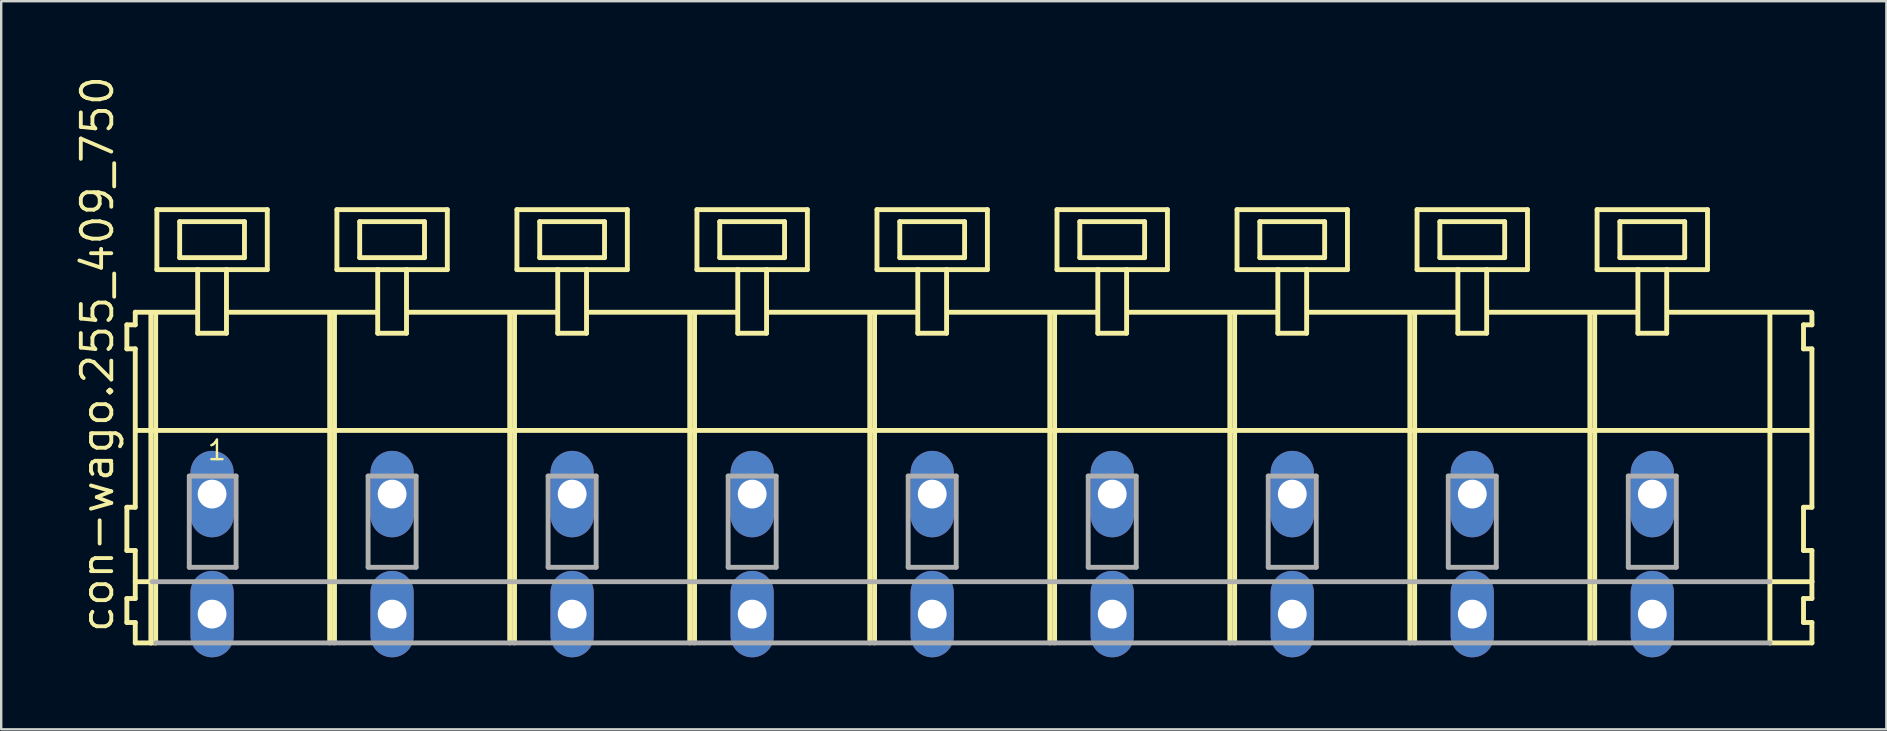
<source format=kicad_pcb>
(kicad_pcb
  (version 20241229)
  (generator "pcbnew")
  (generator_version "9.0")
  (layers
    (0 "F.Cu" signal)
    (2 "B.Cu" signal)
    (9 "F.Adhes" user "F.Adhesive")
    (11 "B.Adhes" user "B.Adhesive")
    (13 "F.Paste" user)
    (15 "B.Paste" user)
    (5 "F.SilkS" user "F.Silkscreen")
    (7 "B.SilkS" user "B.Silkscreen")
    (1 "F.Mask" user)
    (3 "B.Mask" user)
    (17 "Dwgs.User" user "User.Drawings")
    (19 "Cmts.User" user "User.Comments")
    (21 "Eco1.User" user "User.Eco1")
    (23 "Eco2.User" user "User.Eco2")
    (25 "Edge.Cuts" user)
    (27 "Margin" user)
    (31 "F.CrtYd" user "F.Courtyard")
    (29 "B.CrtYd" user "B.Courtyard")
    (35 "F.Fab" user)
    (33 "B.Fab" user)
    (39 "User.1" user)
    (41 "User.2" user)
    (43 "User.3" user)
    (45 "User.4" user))
  (footprint "con-wago.255_409_750"
    (layer "F.Cu")
    (at 33.285 17.533)
    (property "Reference" "con-wago.255_409_750" (at -31.535 5.855 90) (layer "F.SilkS") (effects (font (size 1.27 1.27) (thickness 0.16)) (justify left bottom)))
    (attr through_hole)
    (fp_line (start -31.05 -7.05) (end -31.05 -6.05) (stroke (width 0.203) (type default)) (layer "F.SilkS"))
    (fp_line (start -31.05 -6.05) (end -30.7 -6.05) (stroke (width 0.203) (type default)) (layer "F.SilkS"))
    (fp_line (start -31.05 0.55) (end -31.05 2.35) (stroke (width 0.203) (type default)) (layer "F.SilkS"))
    (fp_line (start -31.05 2.35) (end -30.7 2.35) (stroke (width 0.203) (type default)) (layer "F.SilkS"))
    (fp_line (start -31.05 4.35) (end -31.05 5.35) (stroke (width 0.203) (type default)) (layer "F.SilkS"))
    (fp_line (start -31.05 5.35) (end -30.7 5.35) (stroke (width 0.203) (type default)) (layer "F.SilkS"))
    (fp_line (start -30.7 -7.575) (end -30.7 -7.05) (stroke (width 0.203) (type default)) (layer "F.SilkS"))
    (fp_line (start -30.7 -7.575) (end -28.125 -7.575) (stroke (width 0.203) (type default)) (layer "F.SilkS"))
    (fp_line (start -30.7 -7.05) (end -31.05 -7.05) (stroke (width 0.203) (type default)) (layer "F.SilkS"))
    (fp_line (start -30.7 -6.05) (end -30.7 0.55) (stroke (width 0.203) (type default)) (layer "F.SilkS"))
    (fp_line (start -30.7 0.55) (end -31.05 0.55) (stroke (width 0.203) (type default)) (layer "F.SilkS"))
    (fp_line (start -30.7 2.35) (end -30.7 4.35) (stroke (width 0.203) (type default)) (layer "F.SilkS"))
    (fp_line (start -30.7 3.65) (end -30 3.65) (stroke (width 0.203) (type default)) (layer "F.SilkS"))
    (fp_line (start -30.7 4.35) (end -31.05 4.35) (stroke (width 0.203) (type default)) (layer "F.SilkS"))
    (fp_line (start -30.7 5.35) (end -30.7 6.2) (stroke (width 0.203) (type default)) (layer "F.SilkS"))
    (fp_line (start -30.7 6.2) (end -30.05 6.2) (stroke (width 0.203) (type default)) (layer "F.SilkS"))
    (fp_line (start -30.65 -2.65) (end 39.1 -2.65) (stroke (width 0.203) (type default)) (layer "F.SilkS"))
    (fp_line (start -30.05 -7.55) (end -30.05 6.2) (stroke (width 0.203) (type default)) (layer "F.SilkS"))
    (fp_line (start -30.05 6.2) (end -29.85 6.2) (stroke (width 0.203) (type default)) (layer "F.SilkS"))
    (fp_line (start -29.85 -7.55) (end -29.85 6.2) (stroke (width 0.203) (type default)) (layer "F.SilkS"))
    (fp_line (start -29.8 -11.85) (end -29.8 -9.35) (stroke (width 0.203) (type default)) (layer "F.SilkS"))
    (fp_line (start -29.8 -9.35) (end -28.1 -9.35) (stroke (width 0.203) (type default)) (layer "F.SilkS"))
    (fp_line (start -28.85 -11.35) (end -28.85 -9.85) (stroke (width 0.203) (type default)) (layer "F.SilkS"))
    (fp_line (start -28.85 -9.85) (end -26.15 -9.85) (stroke (width 0.203) (type default)) (layer "F.SilkS"))
    (fp_line (start -28.1 -9.35) (end -28.1 -6.7) (stroke (width 0.203) (type default)) (layer "F.SilkS"))
    (fp_line (start -28.1 -9.35) (end -26.9 -9.35) (stroke (width 0.203) (type default)) (layer "F.SilkS"))
    (fp_line (start -28.1 -6.7) (end -26.9 -6.7) (stroke (width 0.203) (type default)) (layer "F.SilkS"))
    (fp_line (start -26.9 -9.35) (end -25.2 -9.35) (stroke (width 0.203) (type default)) (layer "F.SilkS"))
    (fp_line (start -26.9 -6.7) (end -26.9 -9.35) (stroke (width 0.203) (type default)) (layer "F.SilkS"))
    (fp_line (start -26.825 -7.575) (end -20.625 -7.575) (stroke (width 0.203) (type default)) (layer "F.SilkS"))
    (fp_line (start -26.15 -11.35) (end -28.85 -11.35) (stroke (width 0.203) (type default)) (layer "F.SilkS"))
    (fp_line (start -26.15 -9.85) (end -26.15 -11.35) (stroke (width 0.203) (type default)) (layer "F.SilkS"))
    (fp_line (start -25.2 -11.85) (end -29.8 -11.85) (stroke (width 0.203) (type default)) (layer "F.SilkS"))
    (fp_line (start -25.2 -9.35) (end -25.2 -11.85) (stroke (width 0.203) (type default)) (layer "F.SilkS"))
    (fp_line (start -22.6 -7.55) (end -22.6 6.2) (stroke (width 0.203) (type default)) (layer "F.SilkS"))
    (fp_line (start -22.4 -7.55) (end -22.4 6.2) (stroke (width 0.203) (type default)) (layer "F.SilkS"))
    (fp_line (start -22.3 -11.85) (end -22.3 -9.35) (stroke (width 0.203) (type default)) (layer "F.SilkS"))
    (fp_line (start -22.3 -9.35) (end -20.6 -9.35) (stroke (width 0.203) (type default)) (layer "F.SilkS"))
    (fp_line (start -21.35 -11.35) (end -21.35 -9.85) (stroke (width 0.203) (type default)) (layer "F.SilkS"))
    (fp_line (start -21.35 -9.85) (end -18.65 -9.85) (stroke (width 0.203) (type default)) (layer "F.SilkS"))
    (fp_line (start -20.6 -9.35) (end -20.6 -6.7) (stroke (width 0.203) (type default)) (layer "F.SilkS"))
    (fp_line (start -20.6 -9.35) (end -19.4 -9.35) (stroke (width 0.203) (type default)) (layer "F.SilkS"))
    (fp_line (start -20.6 -6.7) (end -19.4 -6.7) (stroke (width 0.203) (type default)) (layer "F.SilkS"))
    (fp_line (start -19.4 -9.35) (end -17.7 -9.35) (stroke (width 0.203) (type default)) (layer "F.SilkS"))
    (fp_line (start -19.4 -6.7) (end -19.4 -9.35) (stroke (width 0.203) (type default)) (layer "F.SilkS"))
    (fp_line (start -19.325 -7.575) (end -13.125 -7.575) (stroke (width 0.203) (type default)) (layer "F.SilkS"))
    (fp_line (start -18.65 -11.35) (end -21.35 -11.35) (stroke (width 0.203) (type default)) (layer "F.SilkS"))
    (fp_line (start -18.65 -9.85) (end -18.65 -11.35) (stroke (width 0.203) (type default)) (layer "F.SilkS"))
    (fp_line (start -17.7 -11.85) (end -22.3 -11.85) (stroke (width 0.203) (type default)) (layer "F.SilkS"))
    (fp_line (start -17.7 -9.35) (end -17.7 -11.85) (stroke (width 0.203) (type default)) (layer "F.SilkS"))
    (fp_line (start -15.1 -7.55) (end -15.1 6.2) (stroke (width 0.203) (type default)) (layer "F.SilkS"))
    (fp_line (start -14.9 -7.55) (end -14.9 6.2) (stroke (width 0.203) (type default)) (layer "F.SilkS"))
    (fp_line (start -14.8 -11.85) (end -14.8 -9.35) (stroke (width 0.203) (type default)) (layer "F.SilkS"))
    (fp_line (start -14.8 -9.35) (end -13.1 -9.35) (stroke (width 0.203) (type default)) (layer "F.SilkS"))
    (fp_line (start -13.85 -11.35) (end -13.85 -9.85) (stroke (width 0.203) (type default)) (layer "F.SilkS"))
    (fp_line (start -13.85 -9.85) (end -11.15 -9.85) (stroke (width 0.203) (type default)) (layer "F.SilkS"))
    (fp_line (start -13.1 -9.35) (end -13.1 -6.7) (stroke (width 0.203) (type default)) (layer "F.SilkS"))
    (fp_line (start -13.1 -9.35) (end -11.9 -9.35) (stroke (width 0.203) (type default)) (layer "F.SilkS"))
    (fp_line (start -13.1 -6.7) (end -11.9 -6.7) (stroke (width 0.203) (type default)) (layer "F.SilkS"))
    (fp_line (start -11.9 -9.35) (end -10.2 -9.35) (stroke (width 0.203) (type default)) (layer "F.SilkS"))
    (fp_line (start -11.9 -6.7) (end -11.9 -9.35) (stroke (width 0.203) (type default)) (layer "F.SilkS"))
    (fp_line (start -11.825 -7.575) (end -5.625 -7.575) (stroke (width 0.203) (type default)) (layer "F.SilkS"))
    (fp_line (start -11.15 -11.35) (end -13.85 -11.35) (stroke (width 0.203) (type default)) (layer "F.SilkS"))
    (fp_line (start -11.15 -9.85) (end -11.15 -11.35) (stroke (width 0.203) (type default)) (layer "F.SilkS"))
    (fp_line (start -10.2 -11.85) (end -14.8 -11.85) (stroke (width 0.203) (type default)) (layer "F.SilkS"))
    (fp_line (start -10.2 -9.35) (end -10.2 -11.85) (stroke (width 0.203) (type default)) (layer "F.SilkS"))
    (fp_line (start -7.6 -7.55) (end -7.6 6.2) (stroke (width 0.203) (type default)) (layer "F.SilkS"))
    (fp_line (start -7.4 -7.55) (end -7.4 6.2) (stroke (width 0.203) (type default)) (layer "F.SilkS"))
    (fp_line (start -7.3 -11.85) (end -7.3 -9.35) (stroke (width 0.203) (type default)) (layer "F.SilkS"))
    (fp_line (start -7.3 -9.35) (end -5.6 -9.35) (stroke (width 0.203) (type default)) (layer "F.SilkS"))
    (fp_line (start -6.35 -11.35) (end -6.35 -9.85) (stroke (width 0.203) (type default)) (layer "F.SilkS"))
    (fp_line (start -6.35 -9.85) (end -3.65 -9.85) (stroke (width 0.203) (type default)) (layer "F.SilkS"))
    (fp_line (start -5.6 -9.35) (end -5.6 -6.7) (stroke (width 0.203) (type default)) (layer "F.SilkS"))
    (fp_line (start -5.6 -9.35) (end -4.4 -9.35) (stroke (width 0.203) (type default)) (layer "F.SilkS"))
    (fp_line (start -5.6 -6.7) (end -4.4 -6.7) (stroke (width 0.203) (type default)) (layer "F.SilkS"))
    (fp_line (start -4.4 -9.35) (end -2.7 -9.35) (stroke (width 0.203) (type default)) (layer "F.SilkS"))
    (fp_line (start -4.4 -6.7) (end -4.4 -9.35) (stroke (width 0.203) (type default)) (layer "F.SilkS"))
    (fp_line (start -4.325 -7.575) (end 1.875 -7.575) (stroke (width 0.203) (type default)) (layer "F.SilkS"))
    (fp_line (start -3.65 -11.35) (end -6.35 -11.35) (stroke (width 0.203) (type default)) (layer "F.SilkS"))
    (fp_line (start -3.65 -9.85) (end -3.65 -11.35) (stroke (width 0.203) (type default)) (layer "F.SilkS"))
    (fp_line (start -2.7 -11.85) (end -7.3 -11.85) (stroke (width 0.203) (type default)) (layer "F.SilkS"))
    (fp_line (start -2.7 -9.35) (end -2.7 -11.85) (stroke (width 0.203) (type default)) (layer "F.SilkS"))
    (fp_line (start -0.1 -7.55) (end -0.1 6.2) (stroke (width 0.203) (type default)) (layer "F.SilkS"))
    (fp_line (start 0.1 -7.55) (end 0.1 6.2) (stroke (width 0.203) (type default)) (layer "F.SilkS"))
    (fp_line (start 0.2 -11.85) (end 0.2 -9.35) (stroke (width 0.203) (type default)) (layer "F.SilkS"))
    (fp_line (start 0.2 -9.35) (end 1.9 -9.35) (stroke (width 0.203) (type default)) (layer "F.SilkS"))
    (fp_line (start 1.15 -11.35) (end 1.15 -9.85) (stroke (width 0.203) (type default)) (layer "F.SilkS"))
    (fp_line (start 1.15 -9.85) (end 3.85 -9.85) (stroke (width 0.203) (type default)) (layer "F.SilkS"))
    (fp_line (start 1.9 -9.35) (end 1.9 -6.7) (stroke (width 0.203) (type default)) (layer "F.SilkS"))
    (fp_line (start 1.9 -9.35) (end 3.1 -9.35) (stroke (width 0.203) (type default)) (layer "F.SilkS"))
    (fp_line (start 1.9 -6.7) (end 3.1 -6.7) (stroke (width 0.203) (type default)) (layer "F.SilkS"))
    (fp_line (start 3.1 -9.35) (end 4.8 -9.35) (stroke (width 0.203) (type default)) (layer "F.SilkS"))
    (fp_line (start 3.1 -6.7) (end 3.1 -9.35) (stroke (width 0.203) (type default)) (layer "F.SilkS"))
    (fp_line (start 3.175 -7.575) (end 9.375 -7.575) (stroke (width 0.203) (type default)) (layer "F.SilkS"))
    (fp_line (start 3.85 -11.35) (end 1.15 -11.35) (stroke (width 0.203) (type default)) (layer "F.SilkS"))
    (fp_line (start 3.85 -9.85) (end 3.85 -11.35) (stroke (width 0.203) (type default)) (layer "F.SilkS"))
    (fp_line (start 4.8 -11.85) (end 0.2 -11.85) (stroke (width 0.203) (type default)) (layer "F.SilkS"))
    (fp_line (start 4.8 -9.35) (end 4.8 -11.85) (stroke (width 0.203) (type default)) (layer "F.SilkS"))
    (fp_line (start 7.4 -7.55) (end 7.4 6.2) (stroke (width 0.203) (type default)) (layer "F.SilkS"))
    (fp_line (start 7.6 -7.55) (end 7.6 6.2) (stroke (width 0.203) (type default)) (layer "F.SilkS"))
    (fp_line (start 7.7 -11.85) (end 7.7 -9.35) (stroke (width 0.203) (type default)) (layer "F.SilkS"))
    (fp_line (start 7.7 -9.35) (end 9.4 -9.35) (stroke (width 0.203) (type default)) (layer "F.SilkS"))
    (fp_line (start 8.65 -11.35) (end 8.65 -9.85) (stroke (width 0.203) (type default)) (layer "F.SilkS"))
    (fp_line (start 8.65 -9.85) (end 11.35 -9.85) (stroke (width 0.203) (type default)) (layer "F.SilkS"))
    (fp_line (start 9.4 -9.35) (end 9.4 -6.7) (stroke (width 0.203) (type default)) (layer "F.SilkS"))
    (fp_line (start 9.4 -9.35) (end 10.6 -9.35) (stroke (width 0.203) (type default)) (layer "F.SilkS"))
    (fp_line (start 9.4 -6.7) (end 10.6 -6.7) (stroke (width 0.203) (type default)) (layer "F.SilkS"))
    (fp_line (start 10.6 -9.35) (end 12.3 -9.35) (stroke (width 0.203) (type default)) (layer "F.SilkS"))
    (fp_line (start 10.6 -6.7) (end 10.6 -9.35) (stroke (width 0.203) (type default)) (layer "F.SilkS"))
    (fp_line (start 10.675 -7.575) (end 16.875 -7.575) (stroke (width 0.203) (type default)) (layer "F.SilkS"))
    (fp_line (start 11.35 -11.35) (end 8.65 -11.35) (stroke (width 0.203) (type default)) (layer "F.SilkS"))
    (fp_line (start 11.35 -9.85) (end 11.35 -11.35) (stroke (width 0.203) (type default)) (layer "F.SilkS"))
    (fp_line (start 12.3 -11.85) (end 7.7 -11.85) (stroke (width 0.203) (type default)) (layer "F.SilkS"))
    (fp_line (start 12.3 -9.35) (end 12.3 -11.85) (stroke (width 0.203) (type default)) (layer "F.SilkS"))
    (fp_line (start 14.9 -7.55) (end 14.9 6.2) (stroke (width 0.203) (type default)) (layer "F.SilkS"))
    (fp_line (start 15.1 -7.55) (end 15.1 6.2) (stroke (width 0.203) (type default)) (layer "F.SilkS"))
    (fp_line (start 15.2 -11.85) (end 15.2 -9.35) (stroke (width 0.203) (type default)) (layer "F.SilkS"))
    (fp_line (start 15.2 -9.35) (end 16.9 -9.35) (stroke (width 0.203) (type default)) (layer "F.SilkS"))
    (fp_line (start 16.15 -11.35) (end 16.15 -9.85) (stroke (width 0.203) (type default)) (layer "F.SilkS"))
    (fp_line (start 16.15 -9.85) (end 18.85 -9.85) (stroke (width 0.203) (type default)) (layer "F.SilkS"))
    (fp_line (start 16.9 -9.35) (end 16.9 -6.7) (stroke (width 0.203) (type default)) (layer "F.SilkS"))
    (fp_line (start 16.9 -9.35) (end 18.1 -9.35) (stroke (width 0.203) (type default)) (layer "F.SilkS"))
    (fp_line (start 16.9 -6.7) (end 18.1 -6.7) (stroke (width 0.203) (type default)) (layer "F.SilkS"))
    (fp_line (start 18.1 -9.35) (end 19.8 -9.35) (stroke (width 0.203) (type default)) (layer "F.SilkS"))
    (fp_line (start 18.1 -6.7) (end 18.1 -9.35) (stroke (width 0.203) (type default)) (layer "F.SilkS"))
    (fp_line (start 18.175 -7.575) (end 24.375 -7.575) (stroke (width 0.203) (type default)) (layer "F.SilkS"))
    (fp_line (start 18.85 -11.35) (end 16.15 -11.35) (stroke (width 0.203) (type default)) (layer "F.SilkS"))
    (fp_line (start 18.85 -9.85) (end 18.85 -11.35) (stroke (width 0.203) (type default)) (layer "F.SilkS"))
    (fp_line (start 19.8 -11.85) (end 15.2 -11.85) (stroke (width 0.203) (type default)) (layer "F.SilkS"))
    (fp_line (start 19.8 -9.35) (end 19.8 -11.85) (stroke (width 0.203) (type default)) (layer "F.SilkS"))
    (fp_line (start 22.4 -7.55) (end 22.4 6.2) (stroke (width 0.203) (type default)) (layer "F.SilkS"))
    (fp_line (start 22.6 -7.55) (end 22.6 6.2) (stroke (width 0.203) (type default)) (layer "F.SilkS"))
    (fp_line (start 22.7 -11.85) (end 22.7 -9.35) (stroke (width 0.203) (type default)) (layer "F.SilkS"))
    (fp_line (start 22.7 -9.35) (end 24.4 -9.35) (stroke (width 0.203) (type default)) (layer "F.SilkS"))
    (fp_line (start 23.65 -11.35) (end 23.65 -9.85) (stroke (width 0.203) (type default)) (layer "F.SilkS"))
    (fp_line (start 23.65 -9.85) (end 26.35 -9.85) (stroke (width 0.203) (type default)) (layer "F.SilkS"))
    (fp_line (start 24.4 -9.35) (end 24.4 -6.7) (stroke (width 0.203) (type default)) (layer "F.SilkS"))
    (fp_line (start 24.4 -9.35) (end 25.6 -9.35) (stroke (width 0.203) (type default)) (layer "F.SilkS"))
    (fp_line (start 24.4 -6.7) (end 25.6 -6.7) (stroke (width 0.203) (type default)) (layer "F.SilkS"))
    (fp_line (start 25.6 -9.35) (end 27.3 -9.35) (stroke (width 0.203) (type default)) (layer "F.SilkS"))
    (fp_line (start 25.6 -6.7) (end 25.6 -9.35) (stroke (width 0.203) (type default)) (layer "F.SilkS"))
    (fp_line (start 25.675 -7.575) (end 31.875 -7.575) (stroke (width 0.203) (type default)) (layer "F.SilkS"))
    (fp_line (start 26.35 -11.35) (end 23.65 -11.35) (stroke (width 0.203) (type default)) (layer "F.SilkS"))
    (fp_line (start 26.35 -9.85) (end 26.35 -11.35) (stroke (width 0.203) (type default)) (layer "F.SilkS"))
    (fp_line (start 27.3 -11.85) (end 22.7 -11.85) (stroke (width 0.203) (type default)) (layer "F.SilkS"))
    (fp_line (start 27.3 -9.35) (end 27.3 -11.85) (stroke (width 0.203) (type default)) (layer "F.SilkS"))
    (fp_line (start 29.9 -7.55) (end 29.9 6.2) (stroke (width 0.203) (type default)) (layer "F.SilkS"))
    (fp_line (start 30.1 -7.55) (end 30.1 6.2) (stroke (width 0.203) (type default)) (layer "F.SilkS"))
    (fp_line (start 30.2 -11.85) (end 30.2 -9.35) (stroke (width 0.203) (type default)) (layer "F.SilkS"))
    (fp_line (start 30.2 -9.35) (end 31.9 -9.35) (stroke (width 0.203) (type default)) (layer "F.SilkS"))
    (fp_line (start 31.15 -11.35) (end 31.15 -9.85) (stroke (width 0.203) (type default)) (layer "F.SilkS"))
    (fp_line (start 31.15 -9.85) (end 33.85 -9.85) (stroke (width 0.203) (type default)) (layer "F.SilkS"))
    (fp_line (start 31.9 -9.35) (end 31.9 -6.7) (stroke (width 0.203) (type default)) (layer "F.SilkS"))
    (fp_line (start 31.9 -9.35) (end 33.1 -9.35) (stroke (width 0.203) (type default)) (layer "F.SilkS"))
    (fp_line (start 31.9 -6.7) (end 33.1 -6.7) (stroke (width 0.203) (type default)) (layer "F.SilkS"))
    (fp_line (start 33.1 -9.35) (end 34.8 -9.35) (stroke (width 0.203) (type default)) (layer "F.SilkS"))
    (fp_line (start 33.1 -6.7) (end 33.1 -9.35) (stroke (width 0.203) (type default)) (layer "F.SilkS"))
    (fp_line (start 33.125 -7.575) (end 39.125 -7.575) (stroke (width 0.203) (type default)) (layer "F.SilkS"))
    (fp_line (start 33.85 -11.35) (end 31.15 -11.35) (stroke (width 0.203) (type default)) (layer "F.SilkS"))
    (fp_line (start 33.85 -9.85) (end 33.85 -11.35) (stroke (width 0.203) (type default)) (layer "F.SilkS"))
    (fp_line (start 34.8 -11.85) (end 30.2 -11.85) (stroke (width 0.203) (type default)) (layer "F.SilkS"))
    (fp_line (start 34.8 -9.35) (end 34.8 -11.85) (stroke (width 0.203) (type default)) (layer "F.SilkS"))
    (fp_line (start 37.4 -7.55) (end 37.4 6.2) (stroke (width 0.203) (type default)) (layer "F.SilkS"))
    (fp_line (start 37.4 6.2) (end 39.15 6.2) (stroke (width 0.203) (type default)) (layer "F.SilkS"))
    (fp_line (start 37.45 3.65) (end 39.15 3.65) (stroke (width 0.203) (type default)) (layer "F.SilkS"))
    (fp_line (start 38.8 -7.05) (end 38.8 -6.05) (stroke (width 0.203) (type default)) (layer "F.SilkS"))
    (fp_line (start 38.8 -6.05) (end 39.15 -6.05) (stroke (width 0.203) (type default)) (layer "F.SilkS"))
    (fp_line (start 38.8 0.55) (end 38.8 2.35) (stroke (width 0.203) (type default)) (layer "F.SilkS"))
    (fp_line (start 38.8 2.35) (end 39.15 2.35) (stroke (width 0.203) (type default)) (layer "F.SilkS"))
    (fp_line (start 38.8 4.35) (end 38.8 5.35) (stroke (width 0.203) (type default)) (layer "F.SilkS"))
    (fp_line (start 38.8 5.35) (end 39.15 5.35) (stroke (width 0.203) (type default)) (layer "F.SilkS"))
    (fp_line (start 39.15 -7.05) (end 38.8 -7.05) (stroke (width 0.203) (type default)) (layer "F.SilkS"))
    (fp_line (start 39.15 -7.05) (end 39.15 -7.55) (stroke (width 0.203) (type default)) (layer "F.SilkS"))
    (fp_line (start 39.15 0.55) (end 38.8 0.55) (stroke (width 0.203) (type default)) (layer "F.SilkS"))
    (fp_line (start 39.15 0.55) (end 39.15 -6.05) (stroke (width 0.203) (type default)) (layer "F.SilkS"))
    (fp_line (start 39.15 3.65) (end 39.15 2.35) (stroke (width 0.203) (type default)) (layer "F.SilkS"))
    (fp_line (start 39.15 4.35) (end 38.8 4.35) (stroke (width 0.203) (type default)) (layer "F.SilkS"))
    (fp_line (start 39.15 4.35) (end 39.15 3.65) (stroke (width 0.203) (type default)) (layer "F.SilkS"))
    (fp_line (start 39.15 6.2) (end 39.15 5.35) (stroke (width 0.203) (type default)) (layer "F.SilkS"))
    (fp_line (start -30 3.65) (end 37.4 3.65) (stroke (width 0.203) (type default)) (layer "F.Fab"))
    (fp_line (start -29.85 6.2) (end 37.4 6.2) (stroke (width 0.203) (type default)) (layer "F.Fab"))
    (fp_line (start -28.45 -0.75) (end -28.45 3.05) (stroke (width 0.203) (type default)) (layer "F.Fab"))
    (fp_line (start -28.45 3.05) (end -26.5 3.05) (stroke (width 0.203) (type default)) (layer "F.Fab"))
    (fp_line (start -26.5 -0.75) (end -28.45 -0.75) (stroke (width 0.203) (type default)) (layer "F.Fab"))
    (fp_line (start -26.5 3.05) (end -26.5 -0.75) (stroke (width 0.203) (type default)) (layer "F.Fab"))
    (fp_line (start -21 -0.75) (end -21 3.05) (stroke (width 0.203) (type default)) (layer "F.Fab"))
    (fp_line (start -21 3.05) (end -19 3.05) (stroke (width 0.203) (type default)) (layer "F.Fab"))
    (fp_line (start -19 -0.75) (end -21 -0.75) (stroke (width 0.203) (type default)) (layer "F.Fab"))
    (fp_line (start -19 3.05) (end -19 -0.75) (stroke (width 0.203) (type default)) (layer "F.Fab"))
    (fp_line (start -13.5 -0.75) (end -13.5 3.05) (stroke (width 0.203) (type default)) (layer "F.Fab"))
    (fp_line (start -13.5 3.05) (end -11.5 3.05) (stroke (width 0.203) (type default)) (layer "F.Fab"))
    (fp_line (start -11.5 -0.75) (end -13.5 -0.75) (stroke (width 0.203) (type default)) (layer "F.Fab"))
    (fp_line (start -11.5 3.05) (end -11.5 -0.75) (stroke (width 0.203) (type default)) (layer "F.Fab"))
    (fp_line (start -6 -0.75) (end -6 3.05) (stroke (width 0.203) (type default)) (layer "F.Fab"))
    (fp_line (start -6 3.05) (end -4 3.05) (stroke (width 0.203) (type default)) (layer "F.Fab"))
    (fp_line (start -4 -0.75) (end -6 -0.75) (stroke (width 0.203) (type default)) (layer "F.Fab"))
    (fp_line (start -4 3.05) (end -4 -0.75) (stroke (width 0.203) (type default)) (layer "F.Fab"))
    (fp_line (start 1.5 -0.75) (end 1.5 3.05) (stroke (width 0.203) (type default)) (layer "F.Fab"))
    (fp_line (start 1.5 3.05) (end 3.5 3.05) (stroke (width 0.203) (type default)) (layer "F.Fab"))
    (fp_line (start 3.5 -0.75) (end 1.5 -0.75) (stroke (width 0.203) (type default)) (layer "F.Fab"))
    (fp_line (start 3.5 3.05) (end 3.5 -0.75) (stroke (width 0.203) (type default)) (layer "F.Fab"))
    (fp_line (start 9 -0.75) (end 9 3.05) (stroke (width 0.203) (type default)) (layer "F.Fab"))
    (fp_line (start 9 3.05) (end 11 3.05) (stroke (width 0.203) (type default)) (layer "F.Fab"))
    (fp_line (start 11 -0.75) (end 9 -0.75) (stroke (width 0.203) (type default)) (layer "F.Fab"))
    (fp_line (start 11 3.05) (end 11 -0.75) (stroke (width 0.203) (type default)) (layer "F.Fab"))
    (fp_line (start 16.5 -0.75) (end 16.5 3.05) (stroke (width 0.203) (type default)) (layer "F.Fab"))
    (fp_line (start 16.5 3.05) (end 18.5 3.05) (stroke (width 0.203) (type default)) (layer "F.Fab"))
    (fp_line (start 18.5 -0.75) (end 16.5 -0.75) (stroke (width 0.203) (type default)) (layer "F.Fab"))
    (fp_line (start 18.5 3.05) (end 18.5 -0.75) (stroke (width 0.203) (type default)) (layer "F.Fab"))
    (fp_line (start 24 -0.75) (end 24 3.05) (stroke (width 0.203) (type default)) (layer "F.Fab"))
    (fp_line (start 24 3.05) (end 26 3.05) (stroke (width 0.203) (type default)) (layer "F.Fab"))
    (fp_line (start 26 -0.75) (end 24 -0.75) (stroke (width 0.203) (type default)) (layer "F.Fab"))
    (fp_line (start 26 3.05) (end 26 -0.75) (stroke (width 0.203) (type default)) (layer "F.Fab"))
    (fp_line (start 31.5 -0.75) (end 31.5 3.05) (stroke (width 0.203) (type default)) (layer "F.Fab"))
    (fp_line (start 31.5 3.05) (end 33.5 3.05) (stroke (width 0.203) (type default)) (layer "F.Fab"))
    (fp_line (start 33.5 -0.75) (end 31.5 -0.75) (stroke (width 0.203) (type default)) (layer "F.Fab"))
    (fp_line (start 33.5 3.05) (end 33.5 -0.75) (stroke (width 0.203) (type default)) (layer "F.Fab"))
    (fp_text user "1" (at -27.75 -1.35 0) (layer "F.SilkS") (effects (font (size 0.813 0.813) (thickness 0.1)) (justify left bottom)))
    (pad "A1" thru_hole oval (at -27.5 0 90) (size 3.6 1.8) (drill 1.2) (layers "*.Cu" "*.Mask"))
    (pad "A2" thru_hole oval (at -20 0 90) (size 3.6 1.8) (drill 1.2) (layers "*.Cu" "*.Mask"))
    (pad "A3" thru_hole oval (at -12.5 0 90) (size 3.6 1.8) (drill 1.2) (layers "*.Cu" "*.Mask"))
    (pad "A4" thru_hole oval (at -5 0 90) (size 3.6 1.8) (drill 1.2) (layers "*.Cu" "*.Mask"))
    (pad "A5" thru_hole oval (at 2.5 0 90) (size 3.6 1.8) (drill 1.2) (layers "*.Cu" "*.Mask"))
    (pad "A6" thru_hole oval (at 10 0 90) (size 3.6 1.8) (drill 1.2) (layers "*.Cu" "*.Mask"))
    (pad "A7" thru_hole oval (at 17.5 0 90) (size 3.6 1.8) (drill 1.2) (layers "*.Cu" "*.Mask"))
    (pad "A8" thru_hole oval (at 25 0 90) (size 3.6 1.8) (drill 1.2) (layers "*.Cu" "*.Mask"))
    (pad "A9" thru_hole oval (at 32.5 0 90) (size 3.6 1.8) (drill 1.2) (layers "*.Cu" "*.Mask"))
    (pad "B1" thru_hole oval (at -27.5 5 90) (size 3.6 1.8) (drill 1.2) (layers "*.Cu" "*.Mask"))
    (pad "B2" thru_hole oval (at -20 5 90) (size 3.6 1.8) (drill 1.2) (layers "*.Cu" "*.Mask"))
    (pad "B3" thru_hole oval (at -12.5 5 90) (size 3.6 1.8) (drill 1.2) (layers "*.Cu" "*.Mask"))
    (pad "B4" thru_hole oval (at -5 5 90) (size 3.6 1.8) (drill 1.2) (layers "*.Cu" "*.Mask"))
    (pad "B5" thru_hole oval (at 2.5 5 90) (size 3.6 1.8) (drill 1.2) (layers "*.Cu" "*.Mask"))
    (pad "B6" thru_hole oval (at 10 5 90) (size 3.6 1.8) (drill 1.2) (layers "*.Cu" "*.Mask"))
    (pad "B7" thru_hole oval (at 17.5 5 90) (size 3.6 1.8) (drill 1.2) (layers "*.Cu" "*.Mask"))
    (pad "B8" thru_hole oval (at 25 5 90) (size 3.6 1.8) (drill 1.2) (layers "*.Cu" "*.Mask"))
    (pad "B9" thru_hole oval (at 32.5 5 90) (size 3.6 1.8) (drill 1.2) (layers "*.Cu" "*.Mask")))
  (gr_rect
    (start -3 -3)
    (end 75.537 27.333)
    (stroke (width 0.1) (type default))
    (fill no)
    (layer "Edge.Cuts")))
</source>
